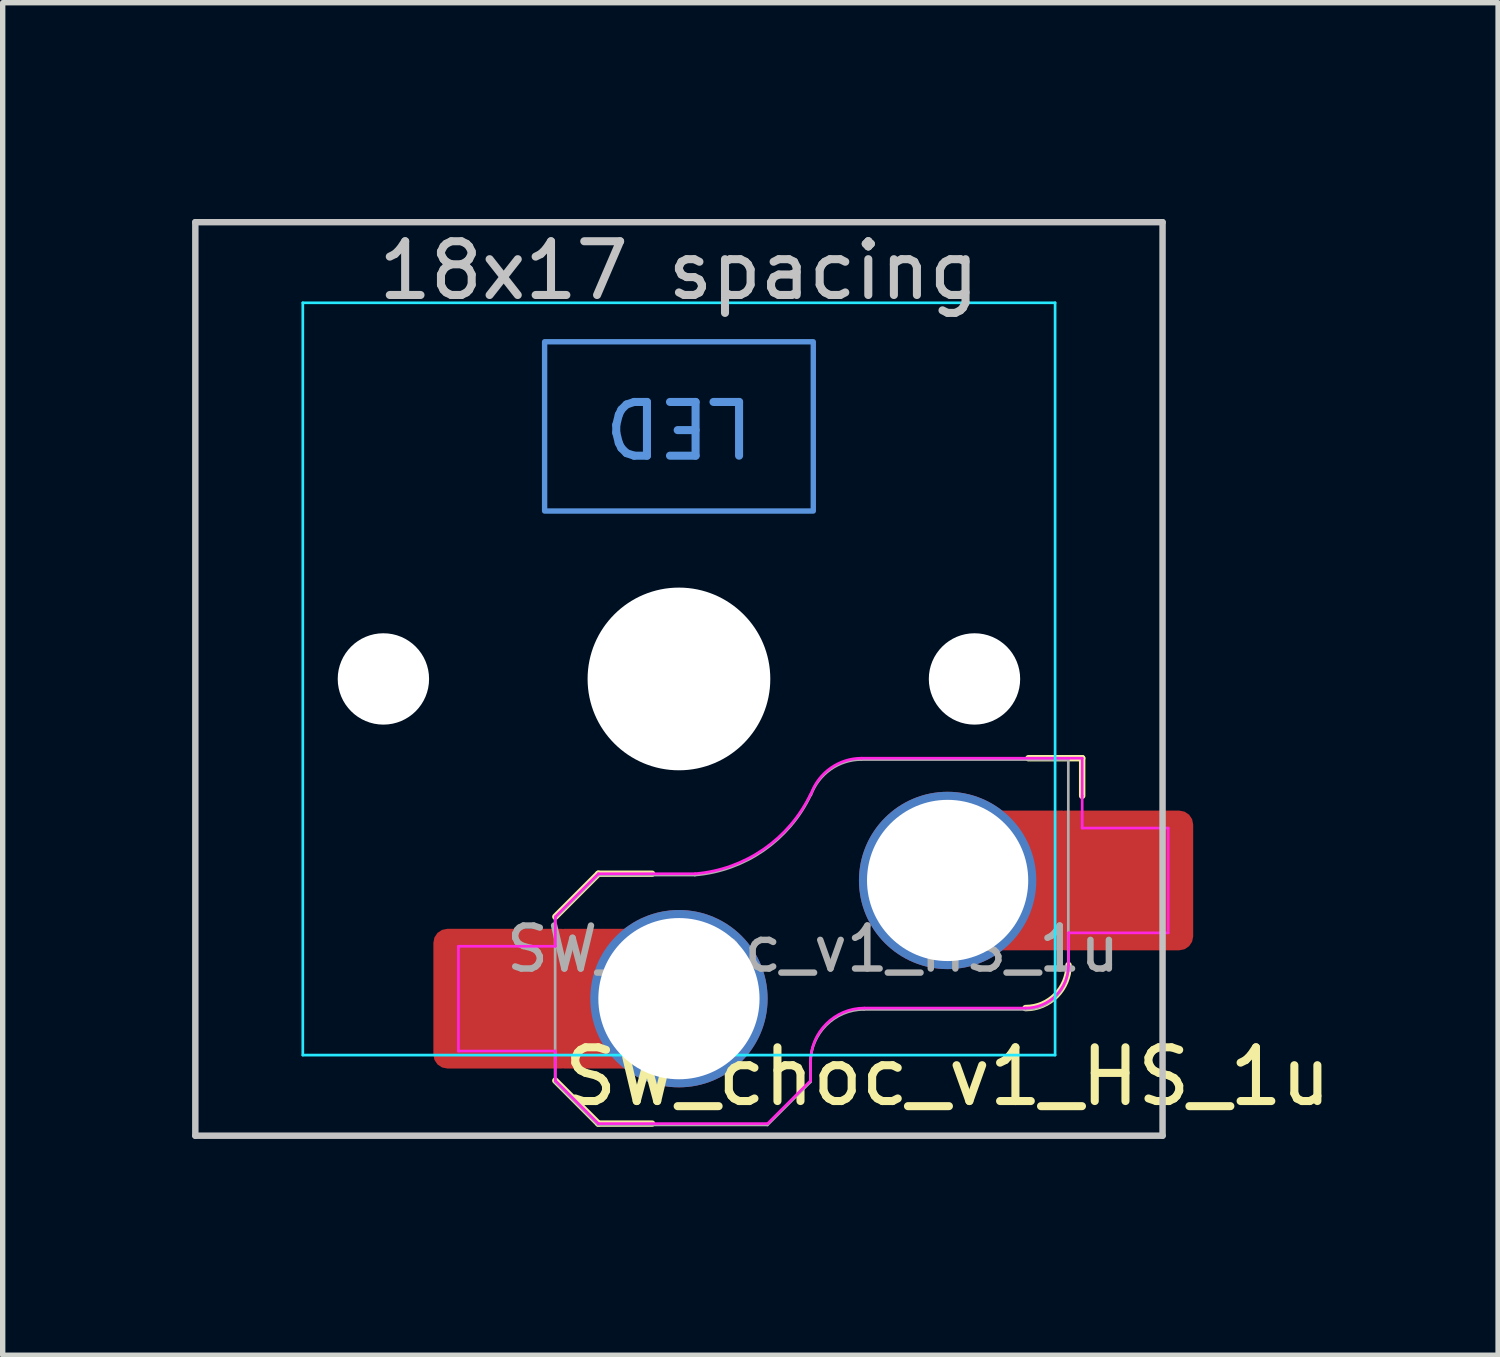
<source format=kicad_pcb>
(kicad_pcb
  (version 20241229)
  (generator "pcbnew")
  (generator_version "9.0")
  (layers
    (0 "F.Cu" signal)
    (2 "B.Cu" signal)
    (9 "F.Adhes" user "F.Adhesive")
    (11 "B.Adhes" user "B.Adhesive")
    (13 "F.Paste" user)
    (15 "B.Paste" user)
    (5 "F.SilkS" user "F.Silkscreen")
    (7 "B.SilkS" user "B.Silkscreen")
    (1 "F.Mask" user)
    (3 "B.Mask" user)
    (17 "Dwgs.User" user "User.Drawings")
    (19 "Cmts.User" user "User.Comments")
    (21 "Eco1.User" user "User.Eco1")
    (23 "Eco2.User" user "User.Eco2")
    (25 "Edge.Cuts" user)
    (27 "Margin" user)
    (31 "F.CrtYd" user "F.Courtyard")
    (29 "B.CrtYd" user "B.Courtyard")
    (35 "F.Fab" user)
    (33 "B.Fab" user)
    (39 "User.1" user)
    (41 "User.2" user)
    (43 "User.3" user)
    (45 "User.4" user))
  (footprint "SW_choc_v1_HS_1u"
    (layer "F.Cu")
    (at 9.585 9.585)
    (property "Reference" "SW_choc_v1_HS_1u" (at 5 7.4 0) (layer "F.SilkS") (effects (font (size 1 1) (thickness 0.15))))
    (attr smd)
    (fp_line (start -2.3 7.475) (end -1.5 8.275) (stroke (width 0.12) (type solid)) (layer "F.SilkS"))
    (fp_line (start -1.5 3.625) (end -2.3 4.425) (stroke (width 0.12) (type solid)) (layer "F.SilkS"))
    (fp_line (start -1.5 3.625) (end -0.5 3.625) (stroke (width 0.12) (type solid)) (layer "F.SilkS"))
    (fp_line (start -1.5 8.275) (end -0.5 8.275) (stroke (width 0.12) (type solid)) (layer "F.SilkS"))
    (fp_line (start 7.504 1.475) (end 6.504 1.475) (stroke (width 0.12) (type solid)) (layer "F.SilkS"))
    (fp_line (start 7.504 1.475) (end 7.504 2.175) (stroke (width 0.12) (type solid)) (layer "F.SilkS"))
    (fp_arc (start 7.25 5.325) (mid 7.015685 5.890685) (end 6.45 6.125) (stroke (width 0.12) (type solid)) (layer "F.SilkS"))
    (fp_line (start -9 -8.5) (end -9 8.5) (stroke (width 0.12) (type solid)) (layer "Dwgs.User"))
    (fp_line (start -9 8.5) (end 9 8.5) (stroke (width 0.12) (type solid)) (layer "Dwgs.User"))
    (fp_line (start 9 -8.5) (end -9 -8.5) (stroke (width 0.12) (type solid)) (layer "Dwgs.User"))
    (fp_line (start 9 8.5) (end 9 -8.5) (stroke (width 0.12) (type solid)) (layer "Dwgs.User"))
    (fp_rect (start -2.5 -6.275) (end 2.5 -3.125) (stroke (width 0.1) (type default)) (fill no) (layer "Cmts.User"))
    (fp_line (start -9.525 -9.525) (end 9.525 -9.525) (stroke (width 0.12) (type solid)) (layer "Eco1.User"))
    (fp_line (start -9.525 9.525) (end -9.525 -9.525) (stroke (width 0.12) (type solid)) (layer "Eco1.User"))
    (fp_line (start 9.525 -9.525) (end 9.525 9.525) (stroke (width 0.12) (type solid)) (layer "Eco1.User"))
    (fp_line (start 9.525 9.525) (end -9.525 9.525) (stroke (width 0.12) (type solid)) (layer "Eco1.User"))
    (fp_line (start -6.95 -6.45) (end -6.95 6.45) (stroke (width 0.05) (type solid)) (layer "Eco2.User"))
    (fp_line (start -6.45 6.95) (end 6.45 6.95) (stroke (width 0.05) (type solid)) (layer "Eco2.User"))
    (fp_line (start 6.45 -6.95) (end -6.45 -6.95) (stroke (width 0.05) (type solid)) (layer "Eco2.User"))
    (fp_line (start 6.95 6.45) (end 6.95 -6.45) (stroke (width 0.05) (type solid)) (layer "Eco2.User"))
    (fp_arc (start -6.95 -6.45) (mid -6.803553 -6.803553) (end -6.45 -6.95) (stroke (width 0.05) (type solid)) (layer "Eco2.User"))
    (fp_arc (start -6.45 6.95) (mid -6.803553 6.803553) (end -6.95 6.45) (stroke (width 0.05) (type solid)) (layer "Eco2.User"))
    (fp_arc (start 6.45 -6.95) (mid 6.803553 -6.803553) (end 6.95 -6.45) (stroke (width 0.05) (type solid)) (layer "Eco2.User"))
    (fp_arc (start 6.95 6.45) (mid 6.803553 6.803553) (end 6.45 6.95) (stroke (width 0.05) (type solid)) (layer "Eco2.User"))
    (fp_line (start -7 -7) (end -7 7) (stroke (width 0.05) (type solid)) (layer "B.CrtYd"))
    (fp_line (start -7 7) (end 7 7) (stroke (width 0.05) (type solid)) (layer "B.CrtYd"))
    (fp_line (start 7 -7) (end -7 -7) (stroke (width 0.05) (type solid)) (layer "B.CrtYd"))
    (fp_line (start 7 7) (end 7 -7) (stroke (width 0.05) (type solid)) (layer "B.CrtYd"))
    (fp_line (start -4.104 4.975) (end -4.104 6.925) (stroke (width 0.05) (type solid)) (layer "F.CrtYd"))
    (fp_line (start -4.104 4.975) (end -2.3 4.975) (stroke (width 0.05) (type solid)) (layer "F.CrtYd"))
    (fp_line (start -4.104 6.925) (end -2.3 6.925) (stroke (width 0.05) (type solid)) (layer "F.CrtYd"))
    (fp_line (start -2.3 4.975) (end -2.3 4.425) (stroke (width 0.05) (type solid)) (layer "F.CrtYd"))
    (fp_line (start -2.3 7.475) (end -2.3 6.925) (stroke (width 0.05) (type solid)) (layer "F.CrtYd"))
    (fp_line (start -2.3 7.475) (end -1.5 8.275) (stroke (width 0.05) (type solid)) (layer "F.CrtYd"))
    (fp_line (start -1.5 3.625) (end -2.3 4.425) (stroke (width 0.05) (type solid)) (layer "F.CrtYd"))
    (fp_line (start -1.5 3.625) (end 0.3 3.625) (stroke (width 0.05) (type solid)) (layer "F.CrtYd"))
    (fp_line (start -1.5 8.275) (end 1.65 8.275) (stroke (width 0.05) (type solid)) (layer "F.CrtYd"))
    (fp_line (start 2.45 7.475) (end 1.65 8.275) (stroke (width 0.05) (type solid)) (layer "F.CrtYd"))
    (fp_line (start 2.45 7.475) (end 2.45 7.125) (stroke (width 0.05) (type solid)) (layer "F.CrtYd"))
    (fp_line (start 3.45 6.125) (end 6.45 6.125) (stroke (width 0.05) (type solid)) (layer "F.CrtYd"))
    (fp_line (start 7.25 4.725) (end 9.104 4.725) (stroke (width 0.05) (type solid)) (layer "F.CrtYd"))
    (fp_line (start 7.25 5.325) (end 7.25 4.725) (stroke (width 0.05) (type solid)) (layer "F.CrtYd"))
    (fp_line (start 7.504 1.475) (end 3.4 1.475) (stroke (width 0.05) (type solid)) (layer "F.CrtYd"))
    (fp_line (start 7.504 1.475) (end 7.504 2.175) (stroke (width 0.05) (type solid)) (layer "F.CrtYd"))
    (fp_line (start 7.504 2.175) (end 7.504 2.775) (stroke (width 0.05) (type solid)) (layer "F.CrtYd"))
    (fp_line (start 9.104 2.775) (end 7.504 2.775) (stroke (width 0.05) (type solid)) (layer "F.CrtYd"))
    (fp_line (start 9.104 4.725) (end 9.104 2.775) (stroke (width 0.05) (type solid)) (layer "F.CrtYd"))
    (fp_arc (start 2.45 7.125) (mid 2.742893 6.417893) (end 3.45 6.125) (stroke (width 0.05) (type solid)) (layer "F.CrtYd"))
    (fp_arc (start 2.455444 2.13293) (mid 1.577272 3.167235) (end 0.299999 3.624999) (stroke (width 0.05) (type solid)) (layer "F.CrtYd"))
    (fp_arc (start 2.460307 2.13298) (mid 2.826423 1.655848) (end 3.4 1.475) (stroke (width 0.05) (type solid)) (layer "F.CrtYd"))
    (fp_arc (start 7.25 5.325) (mid 7.015685 5.890685) (end 6.45 6.125) (stroke (width 0.05) (type solid)) (layer "F.CrtYd"))
    (fp_line (start -2.304 7.5) (end -2.304 4.45) (stroke (width 0.05) (type solid)) (layer "F.Fab"))
    (fp_line (start -2.304 7.5) (end -1.504 8.3) (stroke (width 0.05) (type solid)) (layer "F.Fab"))
    (fp_line (start -1.504 3.65) (end -2.304 4.45) (stroke (width 0.05) (type solid)) (layer "F.Fab"))
    (fp_line (start -1.504 3.65) (end 0.296 3.65) (stroke (width 0.05) (type solid)) (layer "F.Fab"))
    (fp_line (start -1.504 8.3) (end 1.646 8.3) (stroke (width 0.05) (type solid)) (layer "F.Fab"))
    (fp_line (start 2.446 7.5) (end 1.646 8.3) (stroke (width 0.05) (type solid)) (layer "F.Fab"))
    (fp_line (start 2.446 7.5) (end 2.446 7.15) (stroke (width 0.05) (type solid)) (layer "F.Fab"))
    (fp_line (start 3.446 6.15) (end 6.446 6.15) (stroke (width 0.05) (type solid)) (layer "F.Fab"))
    (fp_line (start 7.246 1.5) (end 3.396 1.5) (stroke (width 0.05) (type solid)) (layer "F.Fab"))
    (fp_line (start 7.246 5.35) (end 7.246 1.5) (stroke (width 0.05) (type solid)) (layer "F.Fab"))
    (fp_arc (start 2.446 7.15) (mid 2.738893 6.442893) (end 3.446 6.15) (stroke (width 0.05) (type solid)) (layer "F.Fab"))
    (fp_arc (start 2.451444 2.15793) (mid 1.573272 3.192235) (end 0.295999 3.649999) (stroke (width 0.05) (type solid)) (layer "F.Fab"))
    (fp_arc (start 2.456307 2.15798) (mid 2.822423 1.680848) (end 3.396 1.5) (stroke (width 0.05) (type solid)) (layer "F.Fab"))
    (fp_arc (start 7.246 5.35) (mid 7.011685 5.915685) (end 6.446 6.15) (stroke (width 0.05) (type solid)) (layer "F.Fab"))
    (fp_text user "18x17 spacing" (at 0 -7.6 0) (layer "Dwgs.User") (effects (font (size 1 1) (thickness 0.15))))
    (fp_text user "LED" (at 0 -4.7 180) (unlocked yes) (layer "Cmts.User") (effects (font (size 1 1) (thickness 0.15))))
    (fp_text user "19.05 spacing" (at 0 -8.7 0) (layer "Eco1.User") (effects (font (size 1 1) (thickness 0.15))))
    (fp_text user "${REFERENCE}" (at 2.496 5.025 0) (layer "F.Fab") (effects (font (size 0.8 0.8) (thickness 0.12))))
    (pad "" np_thru_hole circle (at -5.5 0) (size 1.7 1.7) (drill 1.7) (layers "*.Cu" "*.Mask"))
    (pad "" np_thru_hole circle (at 0 0) (size 3.4 3.4) (drill 3.4) (layers "*.Cu" "*.Mask"))
    (pad "" np_thru_hole circle (at 5.5 0) (size 1.7 1.7) (drill 1.7) (layers "*.Cu" "*.Mask"))
    (pad "1" thru_hole circle (at 5 3.75 180) (size 3.3 3.3) (drill 3) (layers "*.Cu" "F.Mask"))
    (pad "1" smd rect (at 6.55 3.75 180) (size 1.2 2.6) (layers "F.Cu"))
    (pad "1" smd roundrect (at 8.245 3.75 180) (size 2.65 2.6) (layers "F.Cu" "F.Mask" "F.Paste") (roundrect_rratio 0.1))
    (pad "2" smd roundrect (at -3.245 5.95 180) (size 2.65 2.6) (layers "F.Cu" "F.Mask" "F.Paste") (roundrect_rratio 0.1))
    (pad "2" smd rect (at -1.55 5.95) (size 1.2 2.6) (layers "F.Cu"))
    (pad "2" thru_hole circle (at 0 5.95 180) (size 3.3 3.3) (drill 3) (layers "*.Cu" "F.Mask")))
  (gr_rect
    (start -3 -3)
    (end 24.829 22.17)
    (stroke (width 0.1) (type default))
    (fill no)
    (layer "Edge.Cuts")))
</source>
